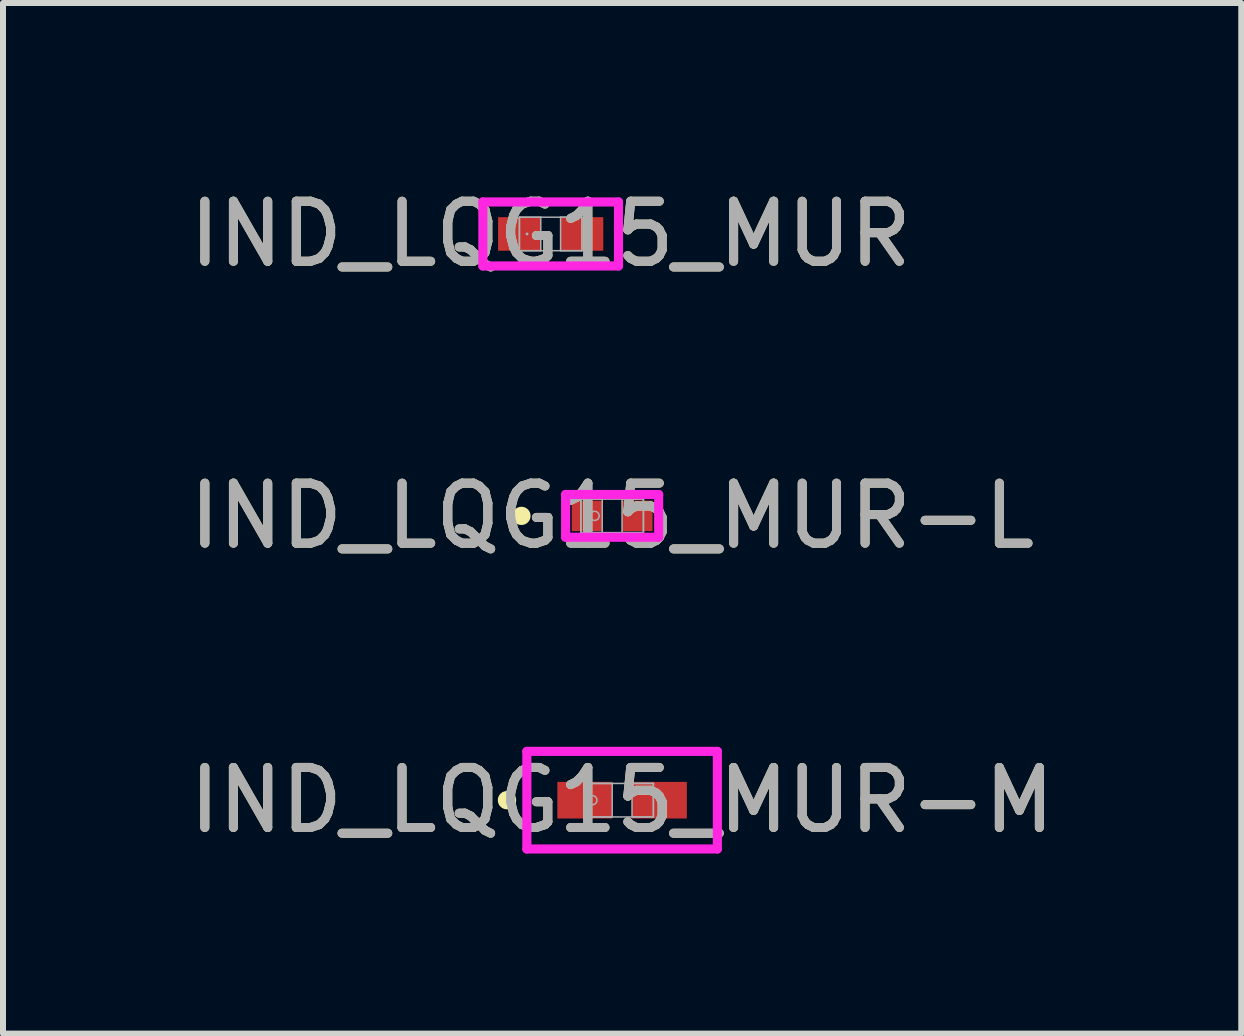
<source format=kicad_pcb>
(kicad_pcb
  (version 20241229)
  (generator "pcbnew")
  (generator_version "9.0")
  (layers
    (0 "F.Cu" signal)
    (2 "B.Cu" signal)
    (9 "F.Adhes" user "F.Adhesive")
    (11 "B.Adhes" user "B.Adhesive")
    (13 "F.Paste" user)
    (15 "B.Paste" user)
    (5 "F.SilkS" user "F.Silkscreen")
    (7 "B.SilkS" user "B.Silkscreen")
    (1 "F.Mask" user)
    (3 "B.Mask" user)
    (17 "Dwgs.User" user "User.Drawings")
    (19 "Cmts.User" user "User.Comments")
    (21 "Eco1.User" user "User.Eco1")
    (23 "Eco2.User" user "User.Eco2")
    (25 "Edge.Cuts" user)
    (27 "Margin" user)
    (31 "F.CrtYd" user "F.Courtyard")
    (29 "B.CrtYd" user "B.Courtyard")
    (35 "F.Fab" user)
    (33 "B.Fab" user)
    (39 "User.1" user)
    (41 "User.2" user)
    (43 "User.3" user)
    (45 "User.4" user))
  (footprint "IND_LQG15_MUR-L"
    (layer "F.Cu")
    (at 7.149 5.545)
    (property "Reference" "IND_LQG15_MUR-L" (at 0 0 0) (unlocked yes) (layer "F.SilkS") (effects (font (size 1 1) (thickness 0.15))))
    (attr smd)
    (fp_circle (center -1.511 0) (end -1.435 0) (stroke (width 0.152) (type solid)) (fill no) (layer "F.SilkS"))
    (fp_line (start -0.775 -0.356) (end 0.775 -0.356) (stroke (width 0.152) (type solid)) (layer "F.CrtYd"))
    (fp_line (start -0.775 0.356) (end -0.775 -0.356) (stroke (width 0.152) (type solid)) (layer "F.CrtYd"))
    (fp_line (start 0.775 -0.356) (end 0.775 0.356) (stroke (width 0.152) (type solid)) (layer "F.CrtYd"))
    (fp_line (start 0.775 0.356) (end -0.775 0.356) (stroke (width 0.152) (type solid)) (layer "F.CrtYd"))
    (fp_line (start -0.521 -0.279) (end -0.521 0.279) (stroke (width 0.025) (type solid)) (layer "F.Fab"))
    (fp_line (start -0.521 -0.279) (end -0.521 0.279) (stroke (width 0.025) (type solid)) (layer "F.Fab"))
    (fp_line (start -0.521 0.279) (end -0.165 0.279) (stroke (width 0.025) (type solid)) (layer "F.Fab"))
    (fp_line (start -0.521 0.279) (end 0.521 0.279) (stroke (width 0.025) (type solid)) (layer "F.Fab"))
    (fp_line (start -0.165 -0.279) (end -0.521 -0.279) (stroke (width 0.025) (type solid)) (layer "F.Fab"))
    (fp_line (start -0.165 0.279) (end -0.165 -0.279) (stroke (width 0.025) (type solid)) (layer "F.Fab"))
    (fp_line (start 0.165 -0.279) (end 0.165 0.279) (stroke (width 0.025) (type solid)) (layer "F.Fab"))
    (fp_line (start 0.165 0.279) (end 0.521 0.279) (stroke (width 0.025) (type solid)) (layer "F.Fab"))
    (fp_line (start 0.521 -0.279) (end -0.521 -0.279) (stroke (width 0.025) (type solid)) (layer "F.Fab"))
    (fp_line (start 0.521 -0.279) (end 0.165 -0.279) (stroke (width 0.025) (type solid)) (layer "F.Fab"))
    (fp_line (start 0.521 0.279) (end 0.521 -0.279) (stroke (width 0.025) (type solid)) (layer "F.Fab"))
    (fp_line (start 0.521 0.279) (end 0.521 -0.279) (stroke (width 0.025) (type solid)) (layer "F.Fab"))
    (fp_circle (center -0.292 0) (end -0.216 0) (stroke (width 0.025) (type solid)) (fill no) (layer "F.Fab"))
    (fp_text user "${REFERENCE}" (at 0 0 0) (unlocked yes) (layer "F.Fab") (effects (font (size 1 1) (thickness 0.15))))
    (pad "1" smd rect (at -0.419 0) (size 0.508 0.508) (layers "F.Cu" "F.Mask" "F.Paste"))
    (pad "2" smd rect (at 0.419 0) (size 0.508 0.508) (layers "F.Cu" "F.Mask" "F.Paste"))
    (zone (net_name "") (layer "F.Cu") (hatch full 0.508) (connect_pads) (min_thickness 0.254) (filled_areas_thickness no) (keepout (tracks not_allowed) (vias not_allowed) (pads allowed) (copperpour not_allowed) (footprints allowed)) (placement (enabled no)) (fill) (polygon (pts (xy 7.035 5.316) (xy 7.263 5.316) (xy 7.263 5.773) (xy 7.035 5.773)))))
  (footprint "IND_LQG15_MUR-M"
    (layer "F.Cu")
    (at 7.315 10.282)
    (property "Reference" "IND_LQG15_MUR-M" (at 0 0 0) (unlocked yes) (layer "F.SilkS") (effects (font (size 1 1) (thickness 0.15))))
    (attr smd)
    (fp_circle (center -1.918 0) (end -1.841 0) (stroke (width 0.152) (type solid)) (fill no) (layer "F.SilkS"))
    (fp_line (start -1.587 -0.813) (end 1.587 -0.813) (stroke (width 0.152) (type solid)) (layer "F.CrtYd"))
    (fp_line (start -1.587 0.813) (end -1.587 -0.813) (stroke (width 0.152) (type solid)) (layer "F.CrtYd"))
    (fp_line (start 1.587 -0.813) (end 1.587 0.813) (stroke (width 0.152) (type solid)) (layer "F.CrtYd"))
    (fp_line (start 1.587 0.813) (end -1.587 0.813) (stroke (width 0.152) (type solid)) (layer "F.CrtYd"))
    (fp_line (start -0.521 -0.279) (end -0.521 0.279) (stroke (width 0.025) (type solid)) (layer "F.Fab"))
    (fp_line (start -0.521 -0.279) (end -0.521 0.279) (stroke (width 0.025) (type solid)) (layer "F.Fab"))
    (fp_line (start -0.521 0.279) (end -0.165 0.279) (stroke (width 0.025) (type solid)) (layer "F.Fab"))
    (fp_line (start -0.521 0.279) (end 0.521 0.279) (stroke (width 0.025) (type solid)) (layer "F.Fab"))
    (fp_line (start -0.165 -0.279) (end -0.521 -0.279) (stroke (width 0.025) (type solid)) (layer "F.Fab"))
    (fp_line (start -0.165 0.279) (end -0.165 -0.279) (stroke (width 0.025) (type solid)) (layer "F.Fab"))
    (fp_line (start 0.165 -0.279) (end 0.165 0.279) (stroke (width 0.025) (type solid)) (layer "F.Fab"))
    (fp_line (start 0.165 0.279) (end 0.521 0.279) (stroke (width 0.025) (type solid)) (layer "F.Fab"))
    (fp_line (start 0.521 -0.279) (end -0.521 -0.279) (stroke (width 0.025) (type solid)) (layer "F.Fab"))
    (fp_line (start 0.521 -0.279) (end 0.165 -0.279) (stroke (width 0.025) (type solid)) (layer "F.Fab"))
    (fp_line (start 0.521 0.279) (end 0.521 -0.279) (stroke (width 0.025) (type solid)) (layer "F.Fab"))
    (fp_line (start 0.521 0.279) (end 0.521 -0.279) (stroke (width 0.025) (type solid)) (layer "F.Fab"))
    (fp_circle (center -0.495 0) (end -0.419 0) (stroke (width 0.025) (type solid)) (fill no) (layer "F.Fab"))
    (fp_text user "${REFERENCE}" (at 0 0 0) (unlocked yes) (layer "F.Fab") (effects (font (size 1 1) (thickness 0.15))))
    (pad "1" smd rect (at -0.622 0) (size 0.914 0.61) (layers "F.Cu" "F.Mask" "F.Paste"))
    (pad "2" smd rect (at 0.622 0) (size 0.914 0.61) (layers "F.Cu" "F.Mask" "F.Paste"))
    (zone (net_name "") (layer "F.Cu") (hatch full 0.508) (connect_pads) (min_thickness 0.254) (filled_areas_thickness no) (keepout (tracks not_allowed) (vias not_allowed) (pads allowed) (copperpour not_allowed) (footprints allowed)) (placement (enabled no)) (fill) (polygon (pts (xy 7.201 10.053) (xy 7.43 10.053) (xy 7.43 10.511) (xy 7.201 10.511)))))
  (footprint "IND_LQG15_MUR"
    (layer "F.Cu")
    (at 6.125 0.848)
    (property "Reference" "IND_LQG15_MUR" (at 0 0 0) (unlocked yes) (layer "F.SilkS") (effects (font (size 1 1) (thickness 0.15))))
    (attr smd)
    (fp_line (start -1.13 -0.533) (end 1.13 -0.533) (stroke (width 0.152) (type solid)) (layer "F.CrtYd"))
    (fp_line (start -1.13 0.533) (end -1.13 -0.533) (stroke (width 0.152) (type solid)) (layer "F.CrtYd"))
    (fp_line (start 1.13 -0.533) (end 1.13 0.533) (stroke (width 0.152) (type solid)) (layer "F.CrtYd"))
    (fp_line (start 1.13 0.533) (end -1.13 0.533) (stroke (width 0.152) (type solid)) (layer "F.CrtYd"))
    (fp_line (start -0.521 -0.279) (end -0.521 0.279) (stroke (width 0.025) (type solid)) (layer "F.Fab"))
    (fp_line (start -0.521 -0.279) (end -0.521 0.279) (stroke (width 0.025) (type solid)) (layer "F.Fab"))
    (fp_line (start -0.521 0.279) (end -0.165 0.279) (stroke (width 0.025) (type solid)) (layer "F.Fab"))
    (fp_line (start -0.521 0.279) (end 0.521 0.279) (stroke (width 0.025) (type solid)) (layer "F.Fab"))
    (fp_line (start -0.165 -0.279) (end -0.521 -0.279) (stroke (width 0.025) (type solid)) (layer "F.Fab"))
    (fp_line (start -0.165 0.279) (end -0.165 -0.279) (stroke (width 0.025) (type solid)) (layer "F.Fab"))
    (fp_line (start 0.165 -0.279) (end 0.165 0.279) (stroke (width 0.025) (type solid)) (layer "F.Fab"))
    (fp_line (start 0.165 0.279) (end 0.521 0.279) (stroke (width 0.025) (type solid)) (layer "F.Fab"))
    (fp_line (start 0.521 -0.279) (end -0.521 -0.279) (stroke (width 0.025) (type solid)) (layer "F.Fab"))
    (fp_line (start 0.521 -0.279) (end 0.165 -0.279) (stroke (width 0.025) (type solid)) (layer "F.Fab"))
    (fp_line (start 0.521 0.279) (end 0.521 -0.279) (stroke (width 0.025) (type solid)) (layer "F.Fab"))
    (fp_line (start 0.521 0.279) (end 0.521 -0.279) (stroke (width 0.025) (type solid)) (layer "F.Fab"))
    (fp_circle (center -0.394 0) (end -0.394 0) (stroke (width 0.025) (type solid)) (fill no) (layer "F.Fab"))
    (fp_text user "${REFERENCE}" (at 0 0 0) (unlocked yes) (layer "F.Fab") (effects (font (size 1 1) (thickness 0.15))))
    (pad "1" smd rect (at -0.521 0) (size 0.711 0.559) (layers "F.Cu" "F.Mask" "F.Paste"))
    (pad "2" smd rect (at 0.521 0) (size 0.711 0.559) (layers "F.Cu" "F.Mask" "F.Paste"))
    (zone (net_name "") (layer "F.Cu") (hatch full 0.508) (connect_pads) (min_thickness 0.254) (filled_areas_thickness no) (keepout (tracks not_allowed) (vias not_allowed) (pads allowed) (copperpour not_allowed) (footprints allowed)) (placement (enabled no)) (fill) (polygon (pts (xy 6.011 0.62) (xy 6.239 0.62) (xy 6.239 1.077) (xy 6.011 1.077)))))
  (gr_rect
    (start -3 -3)
    (end 17.631 14.171)
    (stroke (width 0.1) (type default))
    (fill no)
    (layer "Edge.Cuts")))
</source>
